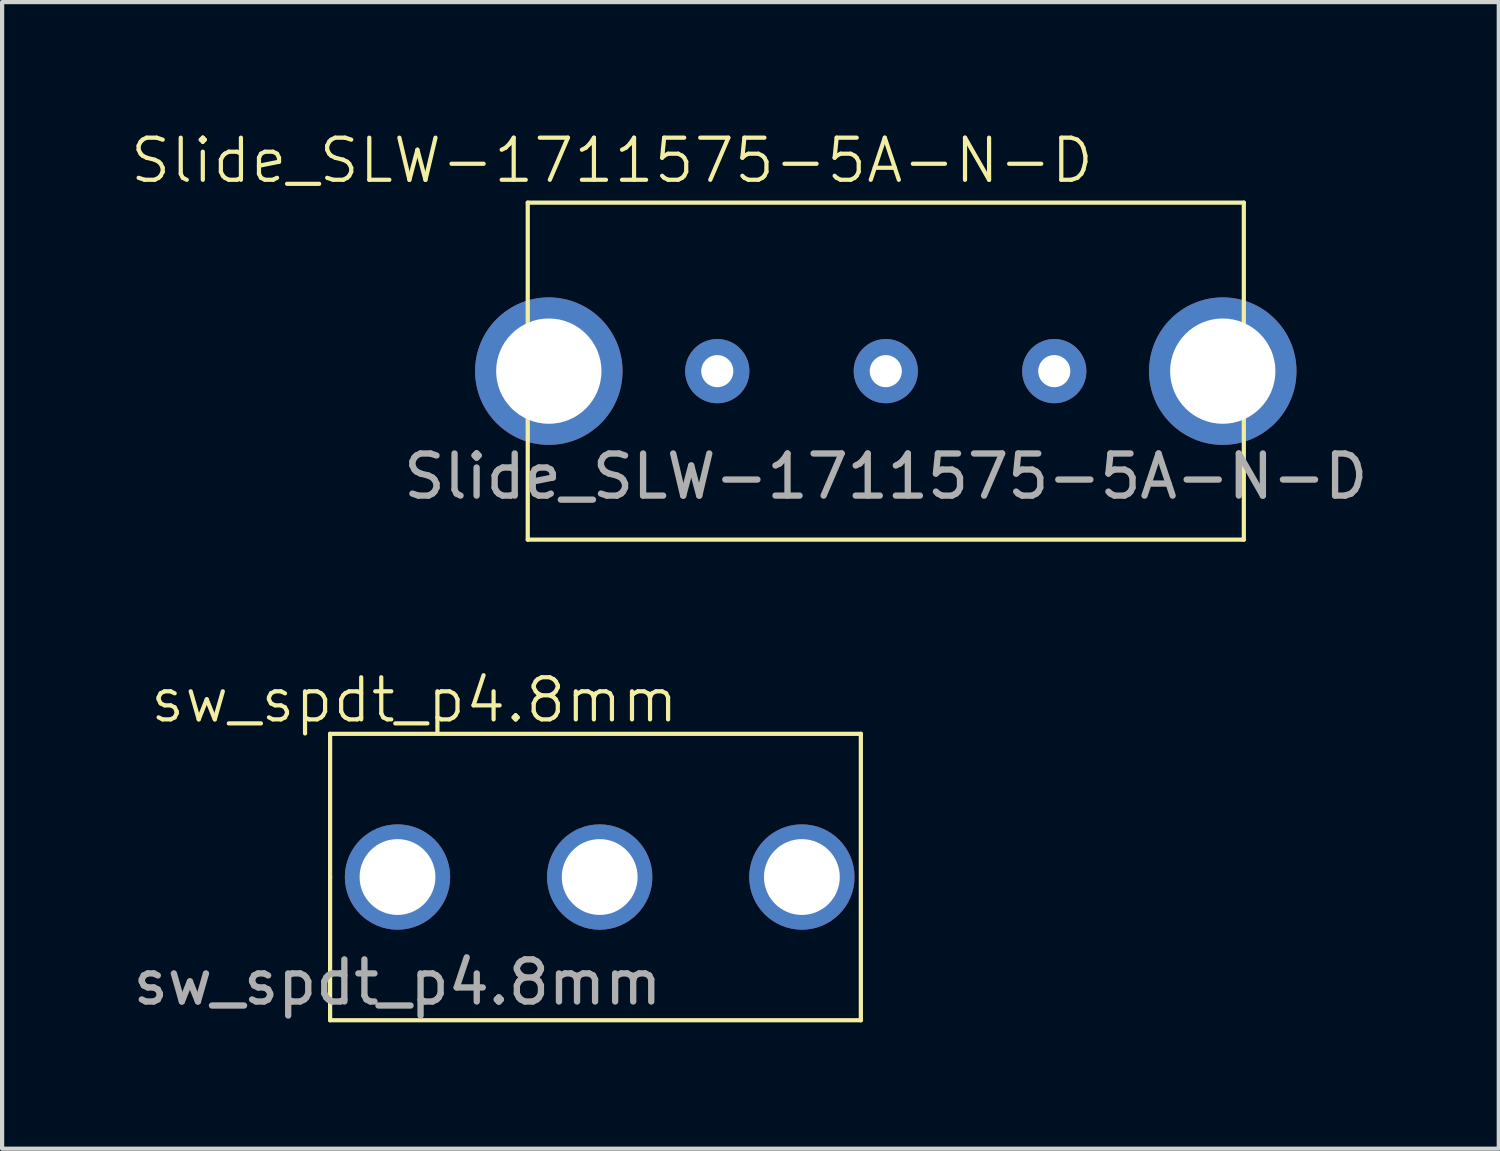
<source format=kicad_pcb>
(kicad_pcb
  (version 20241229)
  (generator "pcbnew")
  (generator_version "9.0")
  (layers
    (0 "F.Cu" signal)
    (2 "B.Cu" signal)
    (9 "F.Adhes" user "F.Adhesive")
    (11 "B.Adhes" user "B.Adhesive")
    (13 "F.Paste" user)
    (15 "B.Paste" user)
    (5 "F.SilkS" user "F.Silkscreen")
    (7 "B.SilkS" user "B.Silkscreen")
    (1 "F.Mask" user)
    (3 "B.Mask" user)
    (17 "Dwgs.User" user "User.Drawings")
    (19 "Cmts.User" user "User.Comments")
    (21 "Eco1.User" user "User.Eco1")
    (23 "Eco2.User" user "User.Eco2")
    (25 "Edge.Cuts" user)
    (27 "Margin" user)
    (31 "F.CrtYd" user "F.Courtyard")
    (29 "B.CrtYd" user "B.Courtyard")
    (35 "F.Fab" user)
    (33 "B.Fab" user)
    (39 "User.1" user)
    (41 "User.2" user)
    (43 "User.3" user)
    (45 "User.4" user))
  (footprint "sw_spdt_p4.8mm"
    (layer "F.Cu")
    (at 6.387 17.771)
    (property "Reference" "sw_spdt_p4.8mm" (at 0.4 -4.2 0) (unlocked yes) (layer "F.SilkS") (effects (font (size 1 1) (thickness 0.1))))
    (attr through_hole)
    (fp_line (start -1.6 -3.4) (end 11 -3.4) (stroke (width 0.1) (type default)) (layer "F.SilkS"))
    (fp_line (start -1.6 0) (end -1.6 -3.4) (stroke (width 0.1) (type default)) (layer "F.SilkS"))
    (fp_line (start -1.6 3.4) (end -1.6 0) (stroke (width 0.1) (type default)) (layer "F.SilkS"))
    (fp_line (start 11 -3.4) (end 11 3.4) (stroke (width 0.1) (type default)) (layer "F.SilkS"))
    (fp_line (start 11 3.4) (end -1.6 3.4) (stroke (width 0.1) (type default)) (layer "F.SilkS"))
    (fp_text user "${REFERENCE}" (at 0 2.5 0) (unlocked yes) (layer "F.Fab") (effects (font (size 1 1) (thickness 0.15))))
    (pad "1" thru_hole circle (at 0 0) (size 2.5 2.5) (drill 1.8) (layers "*.Cu" "*.Mask"))
    (pad "2" thru_hole circle (at 4.8 0) (size 2.5 2.5) (drill 1.8) (layers "*.Cu" "*.Mask"))
    (pad "3" thru_hole circle (at 9.6 0) (size 2.5 2.5) (drill 1.8) (layers "*.Cu" "*.Mask")))
  (footprint "Slide_SLW-1711575-5A-N-D"
    (layer "F.Cu")
    (at 17.979 5.761)
    (property "Reference" "Slide_SLW-1711575-5A-N-D" (at -6.5 -5 0) (unlocked yes) (layer "F.SilkS") (effects (font (size 1 1) (thickness 0.1))))
    (attr through_hole)
    (fp_line (start -8.5 -4) (end 8.5 -4) (stroke (width 0.1) (type default)) (layer "F.SilkS"))
    (fp_line (start -8.5 0) (end -8.5 -4) (stroke (width 0.1) (type default)) (layer "F.SilkS"))
    (fp_line (start -8.5 4) (end -8.5 0) (stroke (width 0.1) (type default)) (layer "F.SilkS"))
    (fp_line (start 8.5 -4) (end 8.5 4) (stroke (width 0.1) (type default)) (layer "F.SilkS"))
    (fp_line (start 8.5 4) (end -8.5 4) (stroke (width 0.1) (type default)) (layer "F.SilkS"))
    (fp_text user "${REFERENCE}" (at 0 2.5 0) (unlocked yes) (layer "F.Fab") (effects (font (size 1 1) (thickness 0.15))))
    (pad "1" thru_hole circle (at -4 0) (size 1.524 1.524) (drill 0.762) (layers "*.Cu" "*.Mask"))
    (pad "2" thru_hole circle (at 0 0) (size 1.524 1.524) (drill 0.762) (layers "*.Cu" "*.Mask"))
    (pad "3" thru_hole circle (at 4 0) (size 1.524 1.524) (drill 0.762) (layers "*.Cu" "*.Mask"))
    (pad "4" thru_hole circle (at -8 0) (size 3.5 3.5) (drill 2.5) (layers "*.Cu" "*.Mask"))
    (pad "5" thru_hole circle (at 8 0) (size 3.5 3.5) (drill 2.5) (layers "*.Cu" "*.Mask")))
  (gr_rect
    (start -3 -3)
    (end 32.532 24.221)
    (stroke (width 0.1) (type default))
    (fill no)
    (layer "Edge.Cuts")))
</source>
